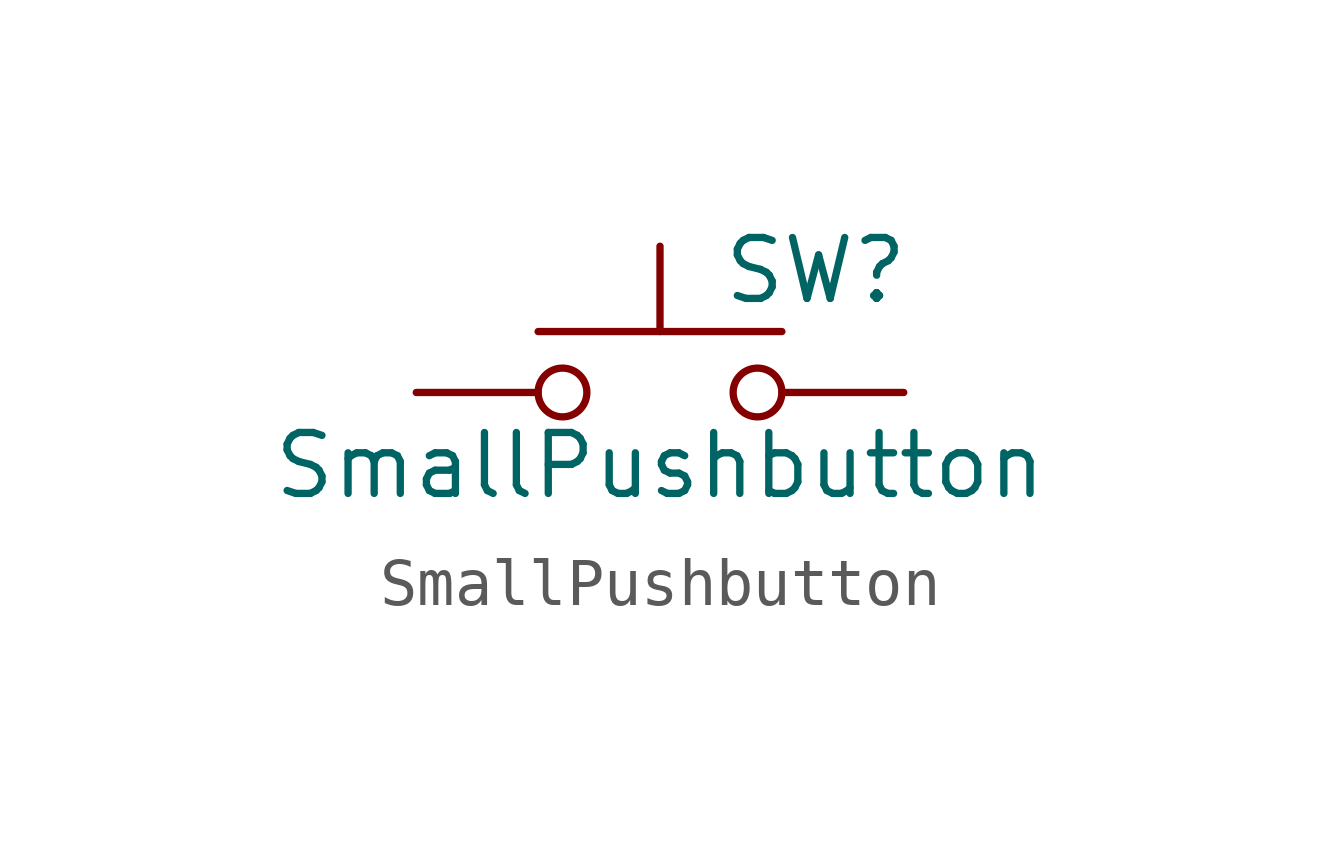
<source format=kicad_sym>
(kicad_symbol_lib
  (version 20220914)
  (generator kicad_symbol_editor)
  (symbol "SmallPushbutton"
    (pin_numbers hide)
    (pin_names
      (offset 1.016) hide)
    (property "Reference" "SW"
      (at 1.27 2.54 0)
      (effects (font (size 1.27 1.27)) (justify left)))
    (property "Value" "SmallPushbutton"
      (at 0 -1.524 0)
      (effects (font (size 1.27 1.27))))
    (symbol "SmallPushbutton_0_1"
      (circle (center -2.032 0) (radius 0.508) (stroke (width 0) (type default)) (fill (type none)))
      (polyline (pts (xy 0 1.27) (xy 0 3.048)) (stroke (width 0) (type default)) (fill (type none)))
      (polyline (pts (xy 2.54 1.27) (xy -2.54 1.27)) (stroke (width 0) (type default)) (fill (type none)))
      (circle (center 2.032 0) (radius 0.508) (stroke (width 0) (type default)) (fill (type none)))
      (pin passive line (at -5.08 0 0) (length 2.54) (name "1" (effects (font (size 1.27 1.27)))) (number "1" (effects (font (size 1.27 1.27))))))
    (symbol "SmallPushbutton_1_1"
      (pin passive line (at -5.08 0 0) (length 2.54) hide (name "2" (effects (font (size 1.27 1.27)))) (number "2" (effects (font (size 1.27 1.27)))))
      (pin passive line (at 5.08 0 180) (length 2.54) (name "3" (effects (font (size 1.27 1.27)))) (number "3" (effects (font (size 1.27 1.27)))))
      (pin passive line (at 5.08 0 180) (length 2.54) hide (name "4" (effects (font (size 1.27 1.27)))) (number "4" (effects (font (size 1.27 1.27))))))))
</source>
